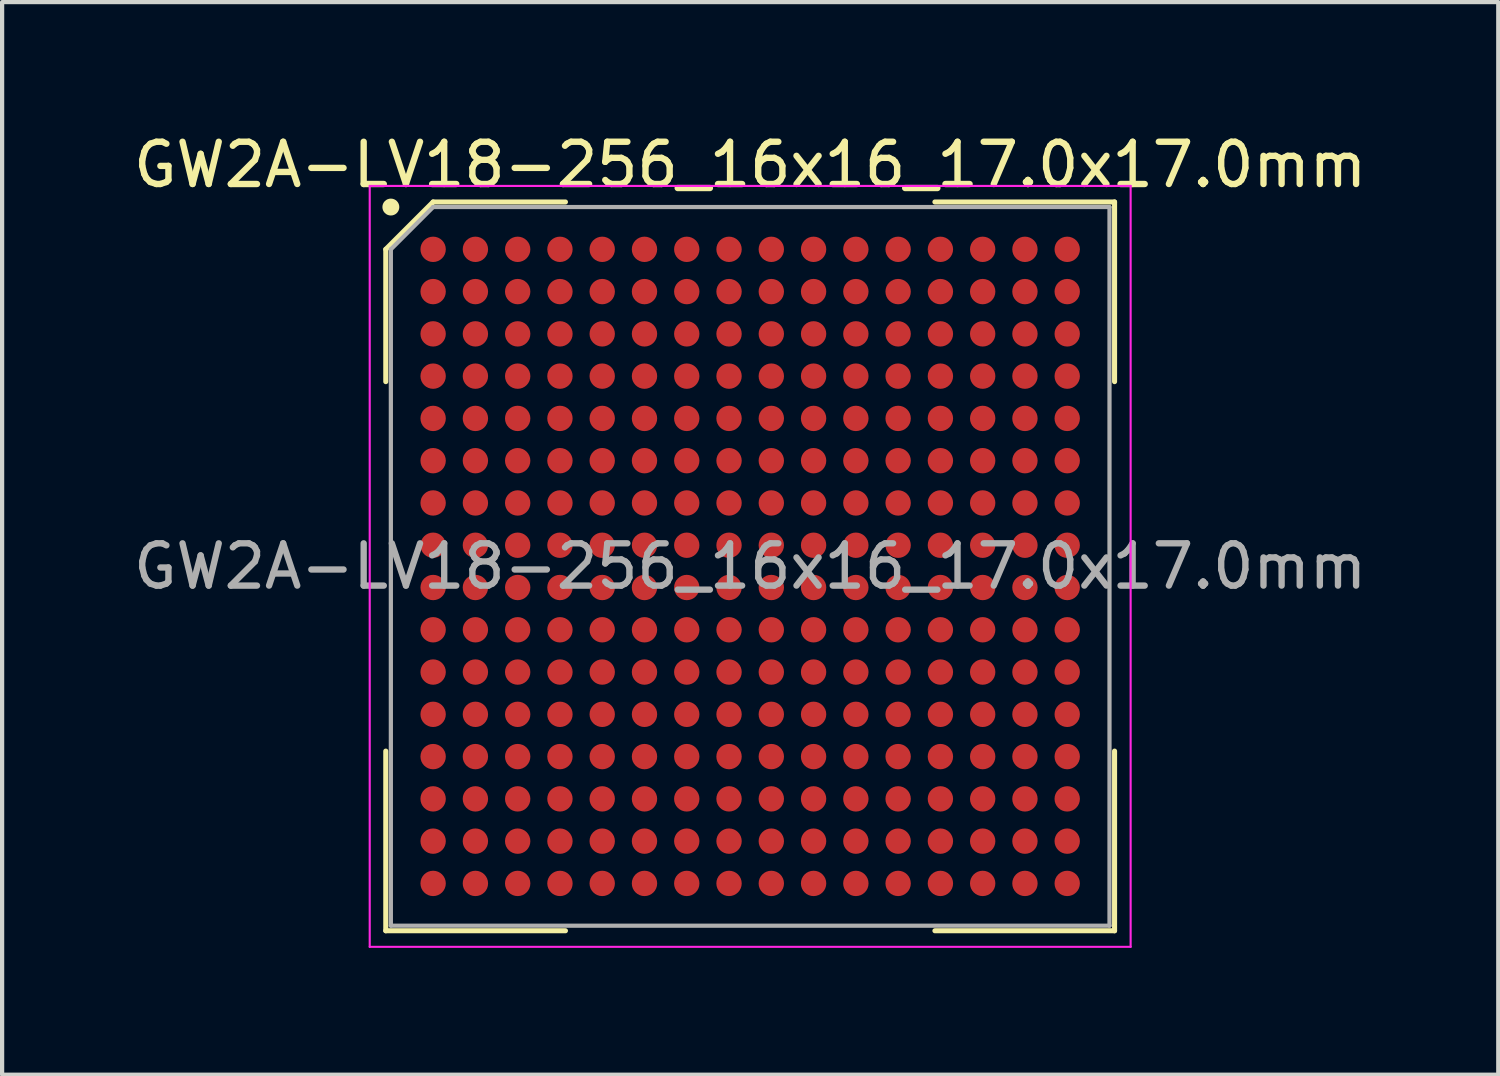
<source format=kicad_pcb>
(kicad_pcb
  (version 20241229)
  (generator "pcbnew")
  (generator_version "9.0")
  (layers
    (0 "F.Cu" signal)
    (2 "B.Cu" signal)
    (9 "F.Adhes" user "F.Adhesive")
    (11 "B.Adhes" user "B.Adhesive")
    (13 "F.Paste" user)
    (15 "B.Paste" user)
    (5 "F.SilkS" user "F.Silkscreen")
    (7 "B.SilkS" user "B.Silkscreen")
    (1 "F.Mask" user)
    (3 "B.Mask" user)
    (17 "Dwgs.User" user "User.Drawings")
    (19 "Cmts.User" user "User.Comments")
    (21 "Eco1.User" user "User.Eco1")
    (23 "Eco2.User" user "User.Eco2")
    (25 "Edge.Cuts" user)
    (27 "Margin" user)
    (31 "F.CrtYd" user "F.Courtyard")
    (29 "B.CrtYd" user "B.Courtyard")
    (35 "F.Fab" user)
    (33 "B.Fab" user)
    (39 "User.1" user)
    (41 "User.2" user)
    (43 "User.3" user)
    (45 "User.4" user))
  (footprint "GW2A-LV18-256_16x16_17.0x17.0mm"
    (layer "F.Cu")
    (at 14.696 10.348)
    (property "Reference" "GW2A-LV18-256_16x16_17.0x17.0mm" (at 0 -9.5 0) (layer "F.SilkS") (effects (font (size 1 1) (thickness 0.15))))
    (attr smd)
    (fp_line (start -8.62 -7.5) (end -8.62 -4.37) (stroke (width 0.12) (type default)) (layer "F.SilkS"))
    (fp_line (start -8.62 8.62) (end -8.62 4.37) (stroke (width 0.12) (type default)) (layer "F.SilkS"))
    (fp_line (start -7.5 -8.62) (end -8.62 -7.5) (stroke (width 0.12) (type default)) (layer "F.SilkS"))
    (fp_line (start -4.37 -8.62) (end -7.5 -8.62) (stroke (width 0.12) (type default)) (layer "F.SilkS"))
    (fp_line (start -4.37 8.62) (end -8.62 8.62) (stroke (width 0.12) (type default)) (layer "F.SilkS"))
    (fp_line (start 4.37 -8.62) (end 8.62 -8.62) (stroke (width 0.12) (type default)) (layer "F.SilkS"))
    (fp_line (start 4.37 8.62) (end 8.62 8.62) (stroke (width 0.12) (type default)) (layer "F.SilkS"))
    (fp_line (start 8.62 -8.62) (end 8.62 -4.37) (stroke (width 0.12) (type default)) (layer "F.SilkS"))
    (fp_line (start 8.62 8.62) (end 8.62 4.37) (stroke (width 0.12) (type default)) (layer "F.SilkS"))
    (fp_circle (center -8.5 -8.5) (end -8.5 -8.4) (stroke (width 0.2) (type default)) (fill no) (layer "F.SilkS"))
    (fp_line (start -9 -9) (end 9 -9) (stroke (width 0.05) (type default)) (layer "F.CrtYd"))
    (fp_line (start -9 9) (end -9 -9) (stroke (width 0.05) (type default)) (layer "F.CrtYd"))
    (fp_line (start 9 -9) (end 9 9) (stroke (width 0.05) (type default)) (layer "F.CrtYd"))
    (fp_line (start 9 9) (end -9 9) (stroke (width 0.05) (type default)) (layer "F.CrtYd"))
    (fp_line (start -8.5 -7.5) (end -8.5 8.5) (stroke (width 0.1) (type default)) (layer "F.Fab"))
    (fp_line (start -8.5 8.5) (end 8.5 8.5) (stroke (width 0.1) (type default)) (layer "F.Fab"))
    (fp_line (start -7.5 -8.5) (end -8.5 -7.5) (stroke (width 0.1) (type default)) (layer "F.Fab"))
    (fp_line (start 8.5 -8.5) (end -7.5 -8.5) (stroke (width 0.1) (type default)) (layer "F.Fab"))
    (fp_line (start 8.5 8.5) (end 8.5 -8.5) (stroke (width 0.1) (type default)) (layer "F.Fab"))
    (fp_text user "${REFERENCE}" (at 0 0 0) (layer "F.Fab") (effects (font (size 1 1) (thickness 0.15))))
    (pad "A1" smd circle (at -7.5 -7.5) (size 0.6 0.6) (layers "F.Cu" "F.Mask" "F.Paste"))
    (pad "A2" smd circle (at -6.5 -7.5) (size 0.6 0.6) (layers "F.Cu" "F.Mask" "F.Paste"))
    (pad "A3" smd circle (at -5.5 -7.5) (size 0.6 0.6) (layers "F.Cu" "F.Mask" "F.Paste"))
    (pad "A4" smd circle (at -4.5 -7.5) (size 0.6 0.6) (layers "F.Cu" "F.Mask" "F.Paste"))
    (pad "A5" smd circle (at -3.5 -7.5) (size 0.6 0.6) (layers "F.Cu" "F.Mask" "F.Paste"))
    (pad "A6" smd circle (at -2.5 -7.5) (size 0.6 0.6) (layers "F.Cu" "F.Mask" "F.Paste"))
    (pad "A7" smd circle (at -1.5 -7.5) (size 0.6 0.6) (layers "F.Cu" "F.Mask" "F.Paste"))
    (pad "A8" smd circle (at -0.5 -7.5) (size 0.6 0.6) (layers "F.Cu" "F.Mask" "F.Paste"))
    (pad "A9" smd circle (at 0.5 -7.5) (size 0.6 0.6) (layers "F.Cu" "F.Mask" "F.Paste"))
    (pad "A10" smd circle (at 1.5 -7.5) (size 0.6 0.6) (layers "F.Cu" "F.Mask" "F.Paste"))
    (pad "A11" smd circle (at 2.5 -7.5) (size 0.6 0.6) (layers "F.Cu" "F.Mask" "F.Paste"))
    (pad "A12" smd circle (at 3.5 -7.5) (size 0.6 0.6) (layers "F.Cu" "F.Mask" "F.Paste"))
    (pad "A13" smd circle (at 4.5 -7.5) (size 0.6 0.6) (layers "F.Cu" "F.Mask" "F.Paste"))
    (pad "A14" smd circle (at 5.5 -7.5) (size 0.6 0.6) (layers "F.Cu" "F.Mask" "F.Paste"))
    (pad "A15" smd circle (at 6.5 -7.5) (size 0.6 0.6) (layers "F.Cu" "F.Mask" "F.Paste"))
    (pad "A16" smd circle (at 7.5 -7.5) (size 0.6 0.6) (layers "F.Cu" "F.Mask" "F.Paste"))
    (pad "B1" smd circle (at -7.5 -6.5) (size 0.6 0.6) (layers "F.Cu" "F.Mask" "F.Paste"))
    (pad "B2" smd circle (at -6.5 -6.5) (size 0.6 0.6) (layers "F.Cu" "F.Mask" "F.Paste"))
    (pad "B3" smd circle (at -5.5 -6.5) (size 0.6 0.6) (layers "F.Cu" "F.Mask" "F.Paste"))
    (pad "B4" smd circle (at -4.5 -6.5) (size 0.6 0.6) (layers "F.Cu" "F.Mask" "F.Paste"))
    (pad "B5" smd circle (at -3.5 -6.5) (size 0.6 0.6) (layers "F.Cu" "F.Mask" "F.Paste"))
    (pad "B6" smd circle (at -2.5 -6.5) (size 0.6 0.6) (layers "F.Cu" "F.Mask" "F.Paste"))
    (pad "B7" smd circle (at -1.5 -6.5) (size 0.6 0.6) (layers "F.Cu" "F.Mask" "F.Paste"))
    (pad "B8" smd circle (at -0.5 -6.5) (size 0.6 0.6) (layers "F.Cu" "F.Mask" "F.Paste"))
    (pad "B9" smd circle (at 0.5 -6.5) (size 0.6 0.6) (layers "F.Cu" "F.Mask" "F.Paste"))
    (pad "B10" smd circle (at 1.5 -6.5) (size 0.6 0.6) (layers "F.Cu" "F.Mask" "F.Paste"))
    (pad "B11" smd circle (at 2.5 -6.5) (size 0.6 0.6) (layers "F.Cu" "F.Mask" "F.Paste"))
    (pad "B12" smd circle (at 3.5 -6.5) (size 0.6 0.6) (layers "F.Cu" "F.Mask" "F.Paste"))
    (pad "B13" smd circle (at 4.5 -6.5) (size 0.6 0.6) (layers "F.Cu" "F.Mask" "F.Paste"))
    (pad "B14" smd circle (at 5.5 -6.5) (size 0.6 0.6) (layers "F.Cu" "F.Mask" "F.Paste"))
    (pad "B15" smd circle (at 6.5 -6.5) (size 0.6 0.6) (layers "F.Cu" "F.Mask" "F.Paste"))
    (pad "B16" smd circle (at 7.5 -6.5) (size 0.6 0.6) (layers "F.Cu" "F.Mask" "F.Paste"))
    (pad "C1" smd circle (at -7.5 -5.5) (size 0.6 0.6) (layers "F.Cu" "F.Mask" "F.Paste"))
    (pad "C2" smd circle (at -6.5 -5.5) (size 0.6 0.6) (layers "F.Cu" "F.Mask" "F.Paste"))
    (pad "C3" smd circle (at -5.5 -5.5) (size 0.6 0.6) (layers "F.Cu" "F.Mask" "F.Paste"))
    (pad "C4" smd circle (at -4.5 -5.5) (size 0.6 0.6) (layers "F.Cu" "F.Mask" "F.Paste"))
    (pad "C5" smd circle (at -3.5 -5.5) (size 0.6 0.6) (layers "F.Cu" "F.Mask" "F.Paste"))
    (pad "C6" smd circle (at -2.5 -5.5) (size 0.6 0.6) (layers "F.Cu" "F.Mask" "F.Paste"))
    (pad "C7" smd circle (at -1.5 -5.5) (size 0.6 0.6) (layers "F.Cu" "F.Mask" "F.Paste"))
    (pad "C8" smd circle (at -0.5 -5.5) (size 0.6 0.6) (layers "F.Cu" "F.Mask" "F.Paste"))
    (pad "C9" smd circle (at 0.5 -5.5) (size 0.6 0.6) (layers "F.Cu" "F.Mask" "F.Paste"))
    (pad "C10" smd circle (at 1.5 -5.5) (size 0.6 0.6) (layers "F.Cu" "F.Mask" "F.Paste"))
    (pad "C11" smd circle (at 2.5 -5.5) (size 0.6 0.6) (layers "F.Cu" "F.Mask" "F.Paste"))
    (pad "C12" smd circle (at 3.5 -5.5) (size 0.6 0.6) (layers "F.Cu" "F.Mask" "F.Paste"))
    (pad "C13" smd circle (at 4.5 -5.5) (size 0.6 0.6) (layers "F.Cu" "F.Mask" "F.Paste"))
    (pad "C14" smd circle (at 5.5 -5.5) (size 0.6 0.6) (layers "F.Cu" "F.Mask" "F.Paste"))
    (pad "C15" smd circle (at 6.5 -5.5) (size 0.6 0.6) (layers "F.Cu" "F.Mask" "F.Paste"))
    (pad "C16" smd circle (at 7.5 -5.5) (size 0.6 0.6) (layers "F.Cu" "F.Mask" "F.Paste"))
    (pad "D1" smd circle (at -7.5 -4.5) (size 0.6 0.6) (layers "F.Cu" "F.Mask" "F.Paste"))
    (pad "D2" smd circle (at -6.5 -4.5) (size 0.6 0.6) (layers "F.Cu" "F.Mask" "F.Paste"))
    (pad "D3" smd circle (at -5.5 -4.5) (size 0.6 0.6) (layers "F.Cu" "F.Mask" "F.Paste"))
    (pad "D4" smd circle (at -4.5 -4.5) (size 0.6 0.6) (layers "F.Cu" "F.Mask" "F.Paste"))
    (pad "D5" smd circle (at -3.5 -4.5) (size 0.6 0.6) (layers "F.Cu" "F.Mask" "F.Paste"))
    (pad "D6" smd circle (at -2.5 -4.5) (size 0.6 0.6) (layers "F.Cu" "F.Mask" "F.Paste"))
    (pad "D7" smd circle (at -1.5 -4.5) (size 0.6 0.6) (layers "F.Cu" "F.Mask" "F.Paste"))
    (pad "D8" smd circle (at -0.5 -4.5) (size 0.6 0.6) (layers "F.Cu" "F.Mask" "F.Paste"))
    (pad "D9" smd circle (at 0.5 -4.5) (size 0.6 0.6) (layers "F.Cu" "F.Mask" "F.Paste"))
    (pad "D10" smd circle (at 1.5 -4.5) (size 0.6 0.6) (layers "F.Cu" "F.Mask" "F.Paste"))
    (pad "D11" smd circle (at 2.5 -4.5) (size 0.6 0.6) (layers "F.Cu" "F.Mask" "F.Paste"))
    (pad "D12" smd circle (at 3.5 -4.5) (size 0.6 0.6) (layers "F.Cu" "F.Mask" "F.Paste"))
    (pad "D13" smd circle (at 4.5 -4.5) (size 0.6 0.6) (layers "F.Cu" "F.Mask" "F.Paste"))
    (pad "D14" smd circle (at 5.5 -4.5) (size 0.6 0.6) (layers "F.Cu" "F.Mask" "F.Paste"))
    (pad "D15" smd circle (at 6.5 -4.5) (size 0.6 0.6) (layers "F.Cu" "F.Mask" "F.Paste"))
    (pad "D16" smd circle (at 7.5 -4.5) (size 0.6 0.6) (layers "F.Cu" "F.Mask" "F.Paste"))
    (pad "E1" smd circle (at -7.5 -3.5) (size 0.6 0.6) (layers "F.Cu" "F.Mask" "F.Paste"))
    (pad "E2" smd circle (at -6.5 -3.5) (size 0.6 0.6) (layers "F.Cu" "F.Mask" "F.Paste"))
    (pad "E3" smd circle (at -5.5 -3.5) (size 0.6 0.6) (layers "F.Cu" "F.Mask" "F.Paste"))
    (pad "E4" smd circle (at -4.5 -3.5) (size 0.6 0.6) (layers "F.Cu" "F.Mask" "F.Paste"))
    (pad "E5" smd circle (at -3.5 -3.5) (size 0.6 0.6) (layers "F.Cu" "F.Mask" "F.Paste"))
    (pad "E6" smd circle (at -2.5 -3.5) (size 0.6 0.6) (layers "F.Cu" "F.Mask" "F.Paste"))
    (pad "E7" smd circle (at -1.5 -3.5) (size 0.6 0.6) (layers "F.Cu" "F.Mask" "F.Paste"))
    (pad "E8" smd circle (at -0.5 -3.5) (size 0.6 0.6) (layers "F.Cu" "F.Mask" "F.Paste"))
    (pad "E9" smd circle (at 0.5 -3.5) (size 0.6 0.6) (layers "F.Cu" "F.Mask" "F.Paste"))
    (pad "E10" smd circle (at 1.5 -3.5) (size 0.6 0.6) (layers "F.Cu" "F.Mask" "F.Paste"))
    (pad "E11" smd circle (at 2.5 -3.5) (size 0.6 0.6) (layers "F.Cu" "F.Mask" "F.Paste"))
    (pad "E12" smd circle (at 3.5 -3.5) (size 0.6 0.6) (layers "F.Cu" "F.Mask" "F.Paste"))
    (pad "E13" smd circle (at 4.5 -3.5) (size 0.6 0.6) (layers "F.Cu" "F.Mask" "F.Paste"))
    (pad "E14" smd circle (at 5.5 -3.5) (size 0.6 0.6) (layers "F.Cu" "F.Mask" "F.Paste"))
    (pad "E15" smd circle (at 6.5 -3.5) (size 0.6 0.6) (layers "F.Cu" "F.Mask" "F.Paste"))
    (pad "E16" smd circle (at 7.5 -3.5) (size 0.6 0.6) (layers "F.Cu" "F.Mask" "F.Paste"))
    (pad "F1" smd circle (at -7.5 -2.5) (size 0.6 0.6) (layers "F.Cu" "F.Mask" "F.Paste"))
    (pad "F2" smd circle (at -6.5 -2.5) (size 0.6 0.6) (layers "F.Cu" "F.Mask" "F.Paste"))
    (pad "F3" smd circle (at -5.5 -2.5) (size 0.6 0.6) (layers "F.Cu" "F.Mask" "F.Paste"))
    (pad "F4" smd circle (at -4.5 -2.5) (size 0.6 0.6) (layers "F.Cu" "F.Mask" "F.Paste"))
    (pad "F5" smd circle (at -3.5 -2.5) (size 0.6 0.6) (layers "F.Cu" "F.Mask" "F.Paste"))
    (pad "F6" smd circle (at -2.5 -2.5) (size 0.6 0.6) (layers "F.Cu" "F.Mask" "F.Paste"))
    (pad "F7" smd circle (at -1.5 -2.5) (size 0.6 0.6) (layers "F.Cu" "F.Mask" "F.Paste"))
    (pad "F8" smd circle (at -0.5 -2.5) (size 0.6 0.6) (layers "F.Cu" "F.Mask" "F.Paste"))
    (pad "F9" smd circle (at 0.5 -2.5) (size 0.6 0.6) (layers "F.Cu" "F.Mask" "F.Paste"))
    (pad "F10" smd circle (at 1.5 -2.5) (size 0.6 0.6) (layers "F.Cu" "F.Mask" "F.Paste"))
    (pad "F11" smd circle (at 2.5 -2.5) (size 0.6 0.6) (layers "F.Cu" "F.Mask" "F.Paste"))
    (pad "F12" smd circle (at 3.5 -2.5) (size 0.6 0.6) (layers "F.Cu" "F.Mask" "F.Paste"))
    (pad "F13" smd circle (at 4.5 -2.5) (size 0.6 0.6) (layers "F.Cu" "F.Mask" "F.Paste"))
    (pad "F14" smd circle (at 5.5 -2.5) (size 0.6 0.6) (layers "F.Cu" "F.Mask" "F.Paste"))
    (pad "F15" smd circle (at 6.5 -2.5) (size 0.6 0.6) (layers "F.Cu" "F.Mask" "F.Paste"))
    (pad "F16" smd circle (at 7.5 -2.5) (size 0.6 0.6) (layers "F.Cu" "F.Mask" "F.Paste"))
    (pad "G1" smd circle (at -7.5 -1.5) (size 0.6 0.6) (layers "F.Cu" "F.Mask" "F.Paste"))
    (pad "G2" smd circle (at -6.5 -1.5) (size 0.6 0.6) (layers "F.Cu" "F.Mask" "F.Paste"))
    (pad "G3" smd circle (at -5.5 -1.5) (size 0.6 0.6) (layers "F.Cu" "F.Mask" "F.Paste"))
    (pad "G4" smd circle (at -4.5 -1.5) (size 0.6 0.6) (layers "F.Cu" "F.Mask" "F.Paste"))
    (pad "G5" smd circle (at -3.5 -1.5) (size 0.6 0.6) (layers "F.Cu" "F.Mask" "F.Paste"))
    (pad "G6" smd circle (at -2.5 -1.5) (size 0.6 0.6) (layers "F.Cu" "F.Mask" "F.Paste"))
    (pad "G7" smd circle (at -1.5 -1.5) (size 0.6 0.6) (layers "F.Cu" "F.Mask" "F.Paste"))
    (pad "G8" smd circle (at -0.5 -1.5) (size 0.6 0.6) (layers "F.Cu" "F.Mask" "F.Paste"))
    (pad "G9" smd circle (at 0.5 -1.5) (size 0.6 0.6) (layers "F.Cu" "F.Mask" "F.Paste"))
    (pad "G10" smd circle (at 1.5 -1.5) (size 0.6 0.6) (layers "F.Cu" "F.Mask" "F.Paste"))
    (pad "G11" smd circle (at 2.5 -1.5) (size 0.6 0.6) (layers "F.Cu" "F.Mask" "F.Paste"))
    (pad "G12" smd circle (at 3.5 -1.5) (size 0.6 0.6) (layers "F.Cu" "F.Mask" "F.Paste"))
    (pad "G13" smd circle (at 4.5 -1.5) (size 0.6 0.6) (layers "F.Cu" "F.Mask" "F.Paste"))
    (pad "G14" smd circle (at 5.5 -1.5) (size 0.6 0.6) (layers "F.Cu" "F.Mask" "F.Paste"))
    (pad "G15" smd circle (at 6.5 -1.5) (size 0.6 0.6) (layers "F.Cu" "F.Mask" "F.Paste"))
    (pad "G16" smd circle (at 7.5 -1.5) (size 0.6 0.6) (layers "F.Cu" "F.Mask" "F.Paste"))
    (pad "H1" smd circle (at -7.5 -0.5) (size 0.6 0.6) (layers "F.Cu" "F.Mask" "F.Paste"))
    (pad "H2" smd circle (at -6.5 -0.5) (size 0.6 0.6) (layers "F.Cu" "F.Mask" "F.Paste"))
    (pad "H3" smd circle (at -5.5 -0.5) (size 0.6 0.6) (layers "F.Cu" "F.Mask" "F.Paste"))
    (pad "H4" smd circle (at -4.5 -0.5) (size 0.6 0.6) (layers "F.Cu" "F.Mask" "F.Paste"))
    (pad "H5" smd circle (at -3.5 -0.5) (size 0.6 0.6) (layers "F.Cu" "F.Mask" "F.Paste"))
    (pad "H6" smd circle (at -2.5 -0.5) (size 0.6 0.6) (layers "F.Cu" "F.Mask" "F.Paste"))
    (pad "H7" smd circle (at -1.5 -0.5) (size 0.6 0.6) (layers "F.Cu" "F.Mask" "F.Paste"))
    (pad "H8" smd circle (at -0.5 -0.5) (size 0.6 0.6) (layers "F.Cu" "F.Mask" "F.Paste"))
    (pad "H9" smd circle (at 0.5 -0.5) (size 0.6 0.6) (layers "F.Cu" "F.Mask" "F.Paste"))
    (pad "H10" smd circle (at 1.5 -0.5) (size 0.6 0.6) (layers "F.Cu" "F.Mask" "F.Paste"))
    (pad "H11" smd circle (at 2.5 -0.5) (size 0.6 0.6) (layers "F.Cu" "F.Mask" "F.Paste"))
    (pad "H12" smd circle (at 3.5 -0.5) (size 0.6 0.6) (layers "F.Cu" "F.Mask" "F.Paste"))
    (pad "H13" smd circle (at 4.5 -0.5) (size 0.6 0.6) (layers "F.Cu" "F.Mask" "F.Paste"))
    (pad "H14" smd circle (at 5.5 -0.5) (size 0.6 0.6) (layers "F.Cu" "F.Mask" "F.Paste"))
    (pad "H15" smd circle (at 6.5 -0.5) (size 0.6 0.6) (layers "F.Cu" "F.Mask" "F.Paste"))
    (pad "H16" smd circle (at 7.5 -0.5) (size 0.6 0.6) (layers "F.Cu" "F.Mask" "F.Paste"))
    (pad "J1" smd circle (at -7.5 0.5) (size 0.6 0.6) (layers "F.Cu" "F.Mask" "F.Paste"))
    (pad "J2" smd circle (at -6.5 0.5) (size 0.6 0.6) (layers "F.Cu" "F.Mask" "F.Paste"))
    (pad "J3" smd circle (at -5.5 0.5) (size 0.6 0.6) (layers "F.Cu" "F.Mask" "F.Paste"))
    (pad "J4" smd circle (at -4.5 0.5) (size 0.6 0.6) (layers "F.Cu" "F.Mask" "F.Paste"))
    (pad "J5" smd circle (at -3.5 0.5) (size 0.6 0.6) (layers "F.Cu" "F.Mask" "F.Paste"))
    (pad "J6" smd circle (at -2.5 0.5) (size 0.6 0.6) (layers "F.Cu" "F.Mask" "F.Paste"))
    (pad "J7" smd circle (at -1.5 0.5) (size 0.6 0.6) (layers "F.Cu" "F.Mask" "F.Paste"))
    (pad "J8" smd circle (at -0.5 0.5) (size 0.6 0.6) (layers "F.Cu" "F.Mask" "F.Paste"))
    (pad "J9" smd circle (at 0.5 0.5) (size 0.6 0.6) (layers "F.Cu" "F.Mask" "F.Paste"))
    (pad "J10" smd circle (at 1.5 0.5) (size 0.6 0.6) (layers "F.Cu" "F.Mask" "F.Paste"))
    (pad "J11" smd circle (at 2.5 0.5) (size 0.6 0.6) (layers "F.Cu" "F.Mask" "F.Paste"))
    (pad "J12" smd circle (at 3.5 0.5) (size 0.6 0.6) (layers "F.Cu" "F.Mask" "F.Paste"))
    (pad "J13" smd circle (at 4.5 0.5) (size 0.6 0.6) (layers "F.Cu" "F.Mask" "F.Paste"))
    (pad "J14" smd circle (at 5.5 0.5) (size 0.6 0.6) (layers "F.Cu" "F.Mask" "F.Paste"))
    (pad "J15" smd circle (at 6.5 0.5) (size 0.6 0.6) (layers "F.Cu" "F.Mask" "F.Paste"))
    (pad "J16" smd circle (at 7.5 0.5) (size 0.6 0.6) (layers "F.Cu" "F.Mask" "F.Paste"))
    (pad "K1" smd circle (at -7.5 1.5) (size 0.6 0.6) (layers "F.Cu" "F.Mask" "F.Paste"))
    (pad "K2" smd circle (at -6.5 1.5) (size 0.6 0.6) (layers "F.Cu" "F.Mask" "F.Paste"))
    (pad "K3" smd circle (at -5.5 1.5) (size 0.6 0.6) (layers "F.Cu" "F.Mask" "F.Paste"))
    (pad "K4" smd circle (at -4.5 1.5) (size 0.6 0.6) (layers "F.Cu" "F.Mask" "F.Paste"))
    (pad "K5" smd circle (at -3.5 1.5) (size 0.6 0.6) (layers "F.Cu" "F.Mask" "F.Paste"))
    (pad "K6" smd circle (at -2.5 1.5) (size 0.6 0.6) (layers "F.Cu" "F.Mask" "F.Paste"))
    (pad "K7" smd circle (at -1.5 1.5) (size 0.6 0.6) (layers "F.Cu" "F.Mask" "F.Paste"))
    (pad "K8" smd circle (at -0.5 1.5) (size 0.6 0.6) (layers "F.Cu" "F.Mask" "F.Paste"))
    (pad "K9" smd circle (at 0.5 1.5) (size 0.6 0.6) (layers "F.Cu" "F.Mask" "F.Paste"))
    (pad "K10" smd circle (at 1.5 1.5) (size 0.6 0.6) (layers "F.Cu" "F.Mask" "F.Paste"))
    (pad "K11" smd circle (at 2.5 1.5) (size 0.6 0.6) (layers "F.Cu" "F.Mask" "F.Paste"))
    (pad "K12" smd circle (at 3.5 1.5) (size 0.6 0.6) (layers "F.Cu" "F.Mask" "F.Paste"))
    (pad "K13" smd circle (at 4.5 1.5) (size 0.6 0.6) (layers "F.Cu" "F.Mask" "F.Paste"))
    (pad "K14" smd circle (at 5.5 1.5) (size 0.6 0.6) (layers "F.Cu" "F.Mask" "F.Paste"))
    (pad "K15" smd circle (at 6.5 1.5) (size 0.6 0.6) (layers "F.Cu" "F.Mask" "F.Paste"))
    (pad "K16" smd circle (at 7.5 1.5) (size 0.6 0.6) (layers "F.Cu" "F.Mask" "F.Paste"))
    (pad "L1" smd circle (at -7.5 2.5) (size 0.6 0.6) (layers "F.Cu" "F.Mask" "F.Paste"))
    (pad "L2" smd circle (at -6.5 2.5) (size 0.6 0.6) (layers "F.Cu" "F.Mask" "F.Paste"))
    (pad "L3" smd circle (at -5.5 2.5) (size 0.6 0.6) (layers "F.Cu" "F.Mask" "F.Paste"))
    (pad "L4" smd circle (at -4.5 2.5) (size 0.6 0.6) (layers "F.Cu" "F.Mask" "F.Paste"))
    (pad "L5" smd circle (at -3.5 2.5) (size 0.6 0.6) (layers "F.Cu" "F.Mask" "F.Paste"))
    (pad "L6" smd circle (at -2.5 2.5) (size 0.6 0.6) (layers "F.Cu" "F.Mask" "F.Paste"))
    (pad "L7" smd circle (at -1.5 2.5) (size 0.6 0.6) (layers "F.Cu" "F.Mask" "F.Paste"))
    (pad "L8" smd circle (at -0.5 2.5) (size 0.6 0.6) (layers "F.Cu" "F.Mask" "F.Paste"))
    (pad "L9" smd circle (at 0.5 2.5) (size 0.6 0.6) (layers "F.Cu" "F.Mask" "F.Paste"))
    (pad "L10" smd circle (at 1.5 2.5) (size 0.6 0.6) (layers "F.Cu" "F.Mask" "F.Paste"))
    (pad "L11" smd circle (at 2.5 2.5) (size 0.6 0.6) (layers "F.Cu" "F.Mask" "F.Paste"))
    (pad "L12" smd circle (at 3.5 2.5) (size 0.6 0.6) (layers "F.Cu" "F.Mask" "F.Paste"))
    (pad "L13" smd circle (at 4.5 2.5) (size 0.6 0.6) (layers "F.Cu" "F.Mask" "F.Paste"))
    (pad "L14" smd circle (at 5.5 2.5) (size 0.6 0.6) (layers "F.Cu" "F.Mask" "F.Paste"))
    (pad "L15" smd circle (at 6.5 2.5) (size 0.6 0.6) (layers "F.Cu" "F.Mask" "F.Paste"))
    (pad "L16" smd circle (at 7.5 2.5) (size 0.6 0.6) (layers "F.Cu" "F.Mask" "F.Paste"))
    (pad "M1" smd circle (at -7.5 3.5) (size 0.6 0.6) (layers "F.Cu" "F.Mask" "F.Paste"))
    (pad "M2" smd circle (at -6.5 3.5) (size 0.6 0.6) (layers "F.Cu" "F.Mask" "F.Paste"))
    (pad "M3" smd circle (at -5.5 3.5) (size 0.6 0.6) (layers "F.Cu" "F.Mask" "F.Paste"))
    (pad "M4" smd circle (at -4.5 3.5) (size 0.6 0.6) (layers "F.Cu" "F.Mask" "F.Paste"))
    (pad "M5" smd circle (at -3.5 3.5) (size 0.6 0.6) (layers "F.Cu" "F.Mask" "F.Paste"))
    (pad "M6" smd circle (at -2.5 3.5) (size 0.6 0.6) (layers "F.Cu" "F.Mask" "F.Paste"))
    (pad "M7" smd circle (at -1.5 3.5) (size 0.6 0.6) (layers "F.Cu" "F.Mask" "F.Paste"))
    (pad "M8" smd circle (at -0.5 3.5) (size 0.6 0.6) (layers "F.Cu" "F.Mask" "F.Paste"))
    (pad "M9" smd circle (at 0.5 3.5) (size 0.6 0.6) (layers "F.Cu" "F.Mask" "F.Paste"))
    (pad "M10" smd circle (at 1.5 3.5) (size 0.6 0.6) (layers "F.Cu" "F.Mask" "F.Paste"))
    (pad "M11" smd circle (at 2.5 3.5) (size 0.6 0.6) (layers "F.Cu" "F.Mask" "F.Paste"))
    (pad "M12" smd circle (at 3.5 3.5) (size 0.6 0.6) (layers "F.Cu" "F.Mask" "F.Paste"))
    (pad "M13" smd circle (at 4.5 3.5) (size 0.6 0.6) (layers "F.Cu" "F.Mask" "F.Paste"))
    (pad "M14" smd circle (at 5.5 3.5) (size 0.6 0.6) (layers "F.Cu" "F.Mask" "F.Paste"))
    (pad "M15" smd circle (at 6.5 3.5) (size 0.6 0.6) (layers "F.Cu" "F.Mask" "F.Paste"))
    (pad "M16" smd circle (at 7.5 3.5) (size 0.6 0.6) (layers "F.Cu" "F.Mask" "F.Paste"))
    (pad "N1" smd circle (at -7.5 4.5) (size 0.6 0.6) (layers "F.Cu" "F.Mask" "F.Paste"))
    (pad "N2" smd circle (at -6.5 4.5) (size 0.6 0.6) (layers "F.Cu" "F.Mask" "F.Paste"))
    (pad "N3" smd circle (at -5.5 4.5) (size 0.6 0.6) (layers "F.Cu" "F.Mask" "F.Paste"))
    (pad "N4" smd circle (at -4.5 4.5) (size 0.6 0.6) (layers "F.Cu" "F.Mask" "F.Paste"))
    (pad "N5" smd circle (at -3.5 4.5) (size 0.6 0.6) (layers "F.Cu" "F.Mask" "F.Paste"))
    (pad "N6" smd circle (at -2.5 4.5) (size 0.6 0.6) (layers "F.Cu" "F.Mask" "F.Paste"))
    (pad "N7" smd circle (at -1.5 4.5) (size 0.6 0.6) (layers "F.Cu" "F.Mask" "F.Paste"))
    (pad "N8" smd circle (at -0.5 4.5) (size 0.6 0.6) (layers "F.Cu" "F.Mask" "F.Paste"))
    (pad "N9" smd circle (at 0.5 4.5) (size 0.6 0.6) (layers "F.Cu" "F.Mask" "F.Paste"))
    (pad "N10" smd circle (at 1.5 4.5) (size 0.6 0.6) (layers "F.Cu" "F.Mask" "F.Paste"))
    (pad "N11" smd circle (at 2.5 4.5) (size 0.6 0.6) (layers "F.Cu" "F.Mask" "F.Paste"))
    (pad "N12" smd circle (at 3.5 4.5) (size 0.6 0.6) (layers "F.Cu" "F.Mask" "F.Paste"))
    (pad "N13" smd circle (at 4.5 4.5) (size 0.6 0.6) (layers "F.Cu" "F.Mask" "F.Paste"))
    (pad "N14" smd circle (at 5.5 4.5) (size 0.6 0.6) (layers "F.Cu" "F.Mask" "F.Paste"))
    (pad "N15" smd circle (at 6.5 4.5) (size 0.6 0.6) (layers "F.Cu" "F.Mask" "F.Paste"))
    (pad "N16" smd circle (at 7.5 4.5) (size 0.6 0.6) (layers "F.Cu" "F.Mask" "F.Paste"))
    (pad "P1" smd circle (at -7.5 5.5) (size 0.6 0.6) (layers "F.Cu" "F.Mask" "F.Paste"))
    (pad "P2" smd circle (at -6.5 5.5) (size 0.6 0.6) (layers "F.Cu" "F.Mask" "F.Paste"))
    (pad "P3" smd circle (at -5.5 5.5) (size 0.6 0.6) (layers "F.Cu" "F.Mask" "F.Paste"))
    (pad "P4" smd circle (at -4.5 5.5) (size 0.6 0.6) (layers "F.Cu" "F.Mask" "F.Paste"))
    (pad "P5" smd circle (at -3.5 5.5) (size 0.6 0.6) (layers "F.Cu" "F.Mask" "F.Paste"))
    (pad "P6" smd circle (at -2.5 5.5) (size 0.6 0.6) (layers "F.Cu" "F.Mask" "F.Paste"))
    (pad "P7" smd circle (at -1.5 5.5) (size 0.6 0.6) (layers "F.Cu" "F.Mask" "F.Paste"))
    (pad "P8" smd circle (at -0.5 5.5) (size 0.6 0.6) (layers "F.Cu" "F.Mask" "F.Paste"))
    (pad "P9" smd circle (at 0.5 5.5) (size 0.6 0.6) (layers "F.Cu" "F.Mask" "F.Paste"))
    (pad "P10" smd circle (at 1.5 5.5) (size 0.6 0.6) (layers "F.Cu" "F.Mask" "F.Paste"))
    (pad "P11" smd circle (at 2.5 5.5) (size 0.6 0.6) (layers "F.Cu" "F.Mask" "F.Paste"))
    (pad "P12" smd circle (at 3.5 5.5) (size 0.6 0.6) (layers "F.Cu" "F.Mask" "F.Paste"))
    (pad "P13" smd circle (at 4.5 5.5) (size 0.6 0.6) (layers "F.Cu" "F.Mask" "F.Paste"))
    (pad "P14" smd circle (at 5.5 5.5) (size 0.6 0.6) (layers "F.Cu" "F.Mask" "F.Paste"))
    (pad "P15" smd circle (at 6.5 5.5) (size 0.6 0.6) (layers "F.Cu" "F.Mask" "F.Paste"))
    (pad "P16" smd circle (at 7.5 5.5) (size 0.6 0.6) (layers "F.Cu" "F.Mask" "F.Paste"))
    (pad "R1" smd circle (at -7.5 6.5) (size 0.6 0.6) (layers "F.Cu" "F.Mask" "F.Paste"))
    (pad "R2" smd circle (at -6.5 6.5) (size 0.6 0.6) (layers "F.Cu" "F.Mask" "F.Paste"))
    (pad "R3" smd circle (at -5.5 6.5) (size 0.6 0.6) (layers "F.Cu" "F.Mask" "F.Paste"))
    (pad "R4" smd circle (at -4.5 6.5) (size 0.6 0.6) (layers "F.Cu" "F.Mask" "F.Paste"))
    (pad "R5" smd circle (at -3.5 6.5) (size 0.6 0.6) (layers "F.Cu" "F.Mask" "F.Paste"))
    (pad "R6" smd circle (at -2.5 6.5) (size 0.6 0.6) (layers "F.Cu" "F.Mask" "F.Paste"))
    (pad "R7" smd circle (at -1.5 6.5) (size 0.6 0.6) (layers "F.Cu" "F.Mask" "F.Paste"))
    (pad "R8" smd circle (at -0.5 6.5) (size 0.6 0.6) (layers "F.Cu" "F.Mask" "F.Paste"))
    (pad "R9" smd circle (at 0.5 6.5) (size 0.6 0.6) (layers "F.Cu" "F.Mask" "F.Paste"))
    (pad "R10" smd circle (at 1.5 6.5) (size 0.6 0.6) (layers "F.Cu" "F.Mask" "F.Paste"))
    (pad "R11" smd circle (at 2.5 6.5) (size 0.6 0.6) (layers "F.Cu" "F.Mask" "F.Paste"))
    (pad "R12" smd circle (at 3.5 6.5) (size 0.6 0.6) (layers "F.Cu" "F.Mask" "F.Paste"))
    (pad "R13" smd circle (at 4.5 6.5) (size 0.6 0.6) (layers "F.Cu" "F.Mask" "F.Paste"))
    (pad "R14" smd circle (at 5.5 6.5) (size 0.6 0.6) (layers "F.Cu" "F.Mask" "F.Paste"))
    (pad "R15" smd circle (at 6.5 6.5) (size 0.6 0.6) (layers "F.Cu" "F.Mask" "F.Paste"))
    (pad "R16" smd circle (at 7.5 6.5) (size 0.6 0.6) (layers "F.Cu" "F.Mask" "F.Paste"))
    (pad "T1" smd circle (at -7.5 7.5) (size 0.6 0.6) (layers "F.Cu" "F.Mask" "F.Paste"))
    (pad "T2" smd circle (at -6.5 7.5) (size 0.6 0.6) (layers "F.Cu" "F.Mask" "F.Paste"))
    (pad "T3" smd circle (at -5.5 7.5) (size 0.6 0.6) (layers "F.Cu" "F.Mask" "F.Paste"))
    (pad "T4" smd circle (at -4.5 7.5) (size 0.6 0.6) (layers "F.Cu" "F.Mask" "F.Paste"))
    (pad "T5" smd circle (at -3.5 7.5) (size 0.6 0.6) (layers "F.Cu" "F.Mask" "F.Paste"))
    (pad "T6" smd circle (at -2.5 7.5) (size 0.6 0.6) (layers "F.Cu" "F.Mask" "F.Paste"))
    (pad "T7" smd circle (at -1.5 7.5) (size 0.6 0.6) (layers "F.Cu" "F.Mask" "F.Paste"))
    (pad "T8" smd circle (at -0.5 7.5) (size 0.6 0.6) (layers "F.Cu" "F.Mask" "F.Paste"))
    (pad "T9" smd circle (at 0.5 7.5) (size 0.6 0.6) (layers "F.Cu" "F.Mask" "F.Paste"))
    (pad "T10" smd circle (at 1.5 7.5) (size 0.6 0.6) (layers "F.Cu" "F.Mask" "F.Paste"))
    (pad "T11" smd circle (at 2.5 7.5) (size 0.6 0.6) (layers "F.Cu" "F.Mask" "F.Paste"))
    (pad "T12" smd circle (at 3.5 7.5) (size 0.6 0.6) (layers "F.Cu" "F.Mask" "F.Paste"))
    (pad "T13" smd circle (at 4.5 7.5) (size 0.6 0.6) (layers "F.Cu" "F.Mask" "F.Paste"))
    (pad "T14" smd circle (at 5.5 7.5) (size 0.6 0.6) (layers "F.Cu" "F.Mask" "F.Paste"))
    (pad "T15" smd circle (at 6.5 7.5) (size 0.6 0.6) (layers "F.Cu" "F.Mask" "F.Paste"))
    (pad "T16" smd circle (at 7.5 7.5) (size 0.6 0.6) (layers "F.Cu" "F.Mask" "F.Paste")))
  (gr_rect
    (start -3 -3)
    (end 32.393 22.373)
    (stroke (width 0.1) (type default))
    (fill no)
    (layer "Edge.Cuts")))
</source>
